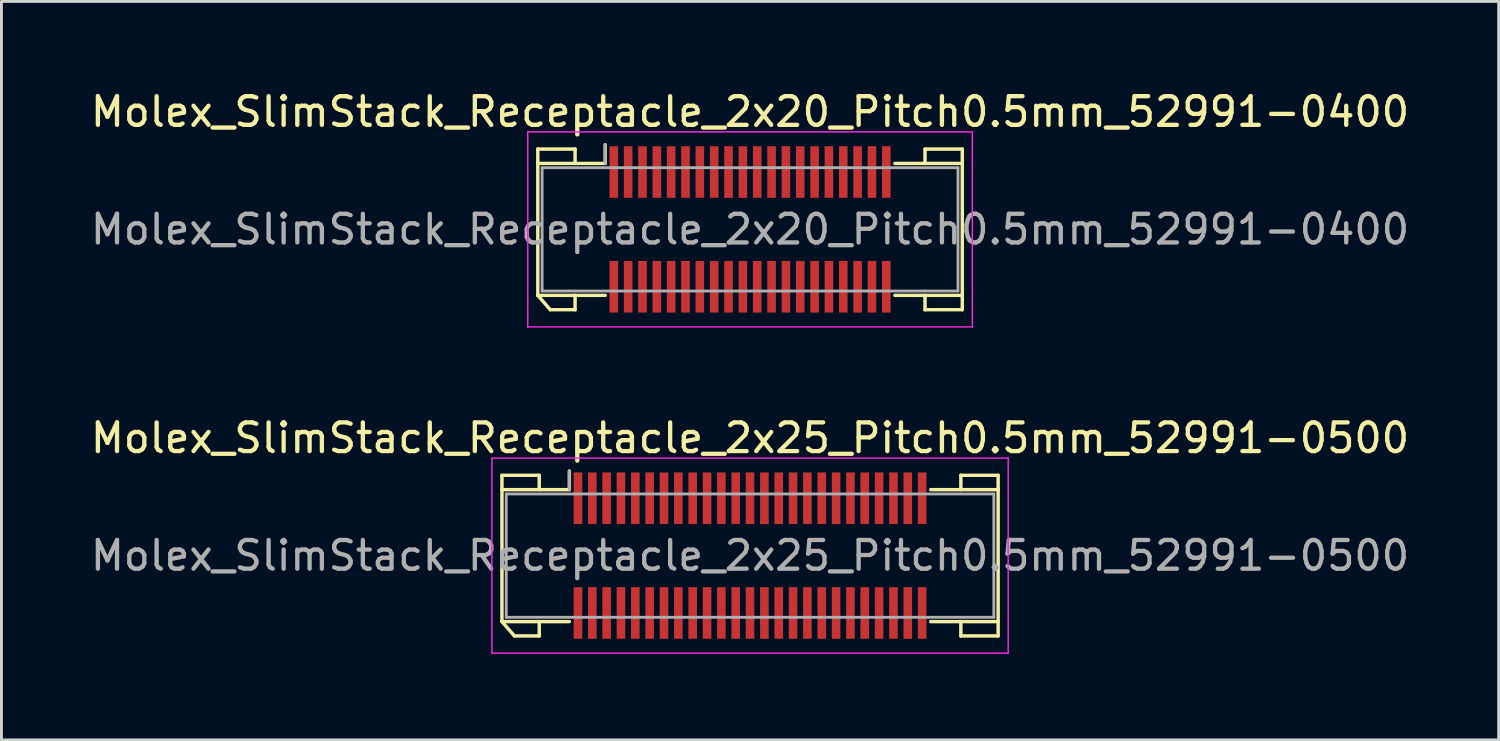
<source format=kicad_pcb>
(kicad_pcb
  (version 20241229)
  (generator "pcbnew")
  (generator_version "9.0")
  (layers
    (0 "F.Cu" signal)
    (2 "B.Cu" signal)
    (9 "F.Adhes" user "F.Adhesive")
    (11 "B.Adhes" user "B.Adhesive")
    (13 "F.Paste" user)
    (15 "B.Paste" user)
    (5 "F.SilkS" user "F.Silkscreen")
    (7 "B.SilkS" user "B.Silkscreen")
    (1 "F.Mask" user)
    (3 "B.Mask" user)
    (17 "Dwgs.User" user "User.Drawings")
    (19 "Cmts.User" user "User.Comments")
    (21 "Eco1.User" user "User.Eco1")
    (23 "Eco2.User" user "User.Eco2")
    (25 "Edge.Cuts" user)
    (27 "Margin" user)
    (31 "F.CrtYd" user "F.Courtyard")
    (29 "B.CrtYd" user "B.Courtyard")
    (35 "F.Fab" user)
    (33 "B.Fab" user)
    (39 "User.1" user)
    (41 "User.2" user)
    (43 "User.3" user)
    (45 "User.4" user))
  (footprint "Molex_SlimStack_Receptacle_2x20_Pitch0.5mm_52991-0400"
    (layer "F.Cu")
    (at 23.101 4.948)
    (property "Reference" "Molex_SlimStack_Receptacle_2x20_Pitch0.5mm_52991-0400" (at 0 -4.1 0) (layer "F.SilkS") (effects (font (size 1 1) (thickness 0.15))))
    (attr smd)
    (fp_line (start -7.4 -2.8) (end -6.1 -2.8) (stroke (width 0.12) (type solid)) (layer "F.SilkS"))
    (fp_line (start -7.4 -2.3) (end -7.4 -2.8) (stroke (width 0.12) (type solid)) (layer "F.SilkS"))
    (fp_line (start -7.4 -2.3) (end -5.05 -2.3) (stroke (width 0.12) (type solid)) (layer "F.SilkS"))
    (fp_line (start -7.4 2.3) (end -7.4 -2.3) (stroke (width 0.12) (type solid)) (layer "F.SilkS"))
    (fp_line (start -7.4 2.3) (end -6.967 2.8) (stroke (width 0.12) (type solid)) (layer "F.SilkS"))
    (fp_line (start -6.967 2.8) (end -6.1 2.8) (stroke (width 0.12) (type solid)) (layer "F.SilkS"))
    (fp_line (start -6.1 -2.8) (end -6.1 -2.3) (stroke (width 0.12) (type solid)) (layer "F.SilkS"))
    (fp_line (start -6.1 2.8) (end -6.1 2.3) (stroke (width 0.12) (type solid)) (layer "F.SilkS"))
    (fp_line (start -5.05 -2.3) (end -5.05 -2.95) (stroke (width 0.12) (type solid)) (layer "F.SilkS"))
    (fp_line (start -5.05 2.3) (end -7.4 2.3) (stroke (width 0.12) (type solid)) (layer "F.SilkS"))
    (fp_line (start 5.05 2.3) (end 7.4 2.3) (stroke (width 0.12) (type solid)) (layer "F.SilkS"))
    (fp_line (start 6.1 -2.8) (end 6.1 -2.3) (stroke (width 0.12) (type solid)) (layer "F.SilkS"))
    (fp_line (start 6.1 2.8) (end 6.1 2.3) (stroke (width 0.12) (type solid)) (layer "F.SilkS"))
    (fp_line (start 7.4 -2.8) (end 6.1 -2.8) (stroke (width 0.12) (type solid)) (layer "F.SilkS"))
    (fp_line (start 7.4 -2.3) (end 5.05 -2.3) (stroke (width 0.12) (type solid)) (layer "F.SilkS"))
    (fp_line (start 7.4 -2.3) (end 7.4 -2.8) (stroke (width 0.12) (type solid)) (layer "F.SilkS"))
    (fp_line (start 7.4 2.3) (end 7.4 -2.3) (stroke (width 0.12) (type solid)) (layer "F.SilkS"))
    (fp_line (start 7.4 2.3) (end 7.4 2.8) (stroke (width 0.12) (type solid)) (layer "F.SilkS"))
    (fp_line (start 7.4 2.8) (end 6.1 2.8) (stroke (width 0.12) (type solid)) (layer "F.SilkS"))
    (fp_line (start -7.75 -3.4) (end -7.75 3.4) (stroke (width 0.05) (type solid)) (layer "F.CrtYd"))
    (fp_line (start -7.75 3.4) (end 7.75 3.4) (stroke (width 0.05) (type solid)) (layer "F.CrtYd"))
    (fp_line (start 7.75 -3.4) (end -7.75 -3.4) (stroke (width 0.05) (type solid)) (layer "F.CrtYd"))
    (fp_line (start 7.75 3.4) (end 7.75 -3.4) (stroke (width 0.05) (type solid)) (layer "F.CrtYd"))
    (fp_line (start -7.25 -2.15) (end -7.25 2.15) (stroke (width 0.1) (type solid)) (layer "F.Fab"))
    (fp_line (start -7.25 2.15) (end 7.25 2.15) (stroke (width 0.1) (type solid)) (layer "F.Fab"))
    (fp_line (start -5.05 -2.3) (end -5.05 -2.95) (stroke (width 0.1) (type solid)) (layer "F.Fab"))
    (fp_line (start 7.25 -2.15) (end -7.25 -2.15) (stroke (width 0.1) (type solid)) (layer "F.Fab"))
    (fp_line (start 7.25 2.15) (end 7.25 -2.15) (stroke (width 0.1) (type solid)) (layer "F.Fab"))
    (fp_text user "${REFERENCE}" (at 0 0 0) (layer "F.Fab") (effects (font (size 1 1) (thickness 0.15))))
    (pad "1" smd rect (at -4.75 -2) (size 0.3 1.8) (layers "F.Cu" "F.Mask" "F.Paste"))
    (pad "2" smd rect (at -4.75 2) (size 0.3 1.8) (layers "F.Cu" "F.Mask" "F.Paste"))
    (pad "3" smd rect (at -4.25 -2) (size 0.3 1.8) (layers "F.Cu" "F.Mask" "F.Paste"))
    (pad "4" smd rect (at -4.25 2) (size 0.3 1.8) (layers "F.Cu" "F.Mask" "F.Paste"))
    (pad "5" smd rect (at -3.75 -2) (size 0.3 1.8) (layers "F.Cu" "F.Mask" "F.Paste"))
    (pad "6" smd rect (at -3.75 2) (size 0.3 1.8) (layers "F.Cu" "F.Mask" "F.Paste"))
    (pad "7" smd rect (at -3.25 -2) (size 0.3 1.8) (layers "F.Cu" "F.Mask" "F.Paste"))
    (pad "8" smd rect (at -3.25 2) (size 0.3 1.8) (layers "F.Cu" "F.Mask" "F.Paste"))
    (pad "9" smd rect (at -2.75 -2) (size 0.3 1.8) (layers "F.Cu" "F.Mask" "F.Paste"))
    (pad "10" smd rect (at -2.75 2) (size 0.3 1.8) (layers "F.Cu" "F.Mask" "F.Paste"))
    (pad "11" smd rect (at -2.25 -2) (size 0.3 1.8) (layers "F.Cu" "F.Mask" "F.Paste"))
    (pad "12" smd rect (at -2.25 2) (size 0.3 1.8) (layers "F.Cu" "F.Mask" "F.Paste"))
    (pad "13" smd rect (at -1.75 -2) (size 0.3 1.8) (layers "F.Cu" "F.Mask" "F.Paste"))
    (pad "14" smd rect (at -1.75 2) (size 0.3 1.8) (layers "F.Cu" "F.Mask" "F.Paste"))
    (pad "15" smd rect (at -1.25 -2) (size 0.3 1.8) (layers "F.Cu" "F.Mask" "F.Paste"))
    (pad "16" smd rect (at -1.25 2) (size 0.3 1.8) (layers "F.Cu" "F.Mask" "F.Paste"))
    (pad "17" smd rect (at -0.75 -2) (size 0.3 1.8) (layers "F.Cu" "F.Mask" "F.Paste"))
    (pad "18" smd rect (at -0.75 2) (size 0.3 1.8) (layers "F.Cu" "F.Mask" "F.Paste"))
    (pad "19" smd rect (at -0.25 -2) (size 0.3 1.8) (layers "F.Cu" "F.Mask" "F.Paste"))
    (pad "20" smd rect (at -0.25 2) (size 0.3 1.8) (layers "F.Cu" "F.Mask" "F.Paste"))
    (pad "21" smd rect (at 0.25 -2) (size 0.3 1.8) (layers "F.Cu" "F.Mask" "F.Paste"))
    (pad "22" smd rect (at 0.25 2) (size 0.3 1.8) (layers "F.Cu" "F.Mask" "F.Paste"))
    (pad "23" smd rect (at 0.75 -2) (size 0.3 1.8) (layers "F.Cu" "F.Mask" "F.Paste"))
    (pad "24" smd rect (at 0.75 2) (size 0.3 1.8) (layers "F.Cu" "F.Mask" "F.Paste"))
    (pad "25" smd rect (at 1.25 -2) (size 0.3 1.8) (layers "F.Cu" "F.Mask" "F.Paste"))
    (pad "26" smd rect (at 1.25 2) (size 0.3 1.8) (layers "F.Cu" "F.Mask" "F.Paste"))
    (pad "27" smd rect (at 1.75 -2) (size 0.3 1.8) (layers "F.Cu" "F.Mask" "F.Paste"))
    (pad "28" smd rect (at 1.75 2) (size 0.3 1.8) (layers "F.Cu" "F.Mask" "F.Paste"))
    (pad "29" smd rect (at 2.25 -2) (size 0.3 1.8) (layers "F.Cu" "F.Mask" "F.Paste"))
    (pad "30" smd rect (at 2.25 2) (size 0.3 1.8) (layers "F.Cu" "F.Mask" "F.Paste"))
    (pad "31" smd rect (at 2.75 -2) (size 0.3 1.8) (layers "F.Cu" "F.Mask" "F.Paste"))
    (pad "32" smd rect (at 2.75 2) (size 0.3 1.8) (layers "F.Cu" "F.Mask" "F.Paste"))
    (pad "33" smd rect (at 3.25 -2) (size 0.3 1.8) (layers "F.Cu" "F.Mask" "F.Paste"))
    (pad "34" smd rect (at 3.25 2) (size 0.3 1.8) (layers "F.Cu" "F.Mask" "F.Paste"))
    (pad "35" smd rect (at 3.75 -2) (size 0.3 1.8) (layers "F.Cu" "F.Mask" "F.Paste"))
    (pad "36" smd rect (at 3.75 2) (size 0.3 1.8) (layers "F.Cu" "F.Mask" "F.Paste"))
    (pad "37" smd rect (at 4.25 -2) (size 0.3 1.8) (layers "F.Cu" "F.Mask" "F.Paste"))
    (pad "38" smd rect (at 4.25 2) (size 0.3 1.8) (layers "F.Cu" "F.Mask" "F.Paste"))
    (pad "39" smd rect (at 4.75 -2) (size 0.3 1.8) (layers "F.Cu" "F.Mask" "F.Paste"))
    (pad "40" smd rect (at 4.75 2) (size 0.3 1.8) (layers "F.Cu" "F.Mask" "F.Paste")))
  (footprint "Molex_SlimStack_Receptacle_2x25_Pitch0.5mm_52991-0500"
    (layer "F.Cu")
    (at 23.101 16.322)
    (property "Reference" "Molex_SlimStack_Receptacle_2x25_Pitch0.5mm_52991-0500" (at 0 -4.1 0) (layer "F.SilkS") (effects (font (size 1 1) (thickness 0.15))))
    (attr smd)
    (fp_line (start -8.65 -2.8) (end -7.35 -2.8) (stroke (width 0.12) (type solid)) (layer "F.SilkS"))
    (fp_line (start -8.65 -2.3) (end -8.65 -2.8) (stroke (width 0.12) (type solid)) (layer "F.SilkS"))
    (fp_line (start -8.65 -2.3) (end -6.3 -2.3) (stroke (width 0.12) (type solid)) (layer "F.SilkS"))
    (fp_line (start -8.65 2.3) (end -8.65 -2.3) (stroke (width 0.12) (type solid)) (layer "F.SilkS"))
    (fp_line (start -8.65 2.3) (end -8.217 2.8) (stroke (width 0.12) (type solid)) (layer "F.SilkS"))
    (fp_line (start -8.217 2.8) (end -7.35 2.8) (stroke (width 0.12) (type solid)) (layer "F.SilkS"))
    (fp_line (start -7.35 -2.8) (end -7.35 -2.3) (stroke (width 0.12) (type solid)) (layer "F.SilkS"))
    (fp_line (start -7.35 2.8) (end -7.35 2.3) (stroke (width 0.12) (type solid)) (layer "F.SilkS"))
    (fp_line (start -6.3 -2.3) (end -6.3 -2.95) (stroke (width 0.12) (type solid)) (layer "F.SilkS"))
    (fp_line (start -6.3 2.3) (end -8.65 2.3) (stroke (width 0.12) (type solid)) (layer "F.SilkS"))
    (fp_line (start 6.3 2.3) (end 8.65 2.3) (stroke (width 0.12) (type solid)) (layer "F.SilkS"))
    (fp_line (start 7.35 -2.8) (end 7.35 -2.3) (stroke (width 0.12) (type solid)) (layer "F.SilkS"))
    (fp_line (start 7.35 2.8) (end 7.35 2.3) (stroke (width 0.12) (type solid)) (layer "F.SilkS"))
    (fp_line (start 8.65 -2.8) (end 7.35 -2.8) (stroke (width 0.12) (type solid)) (layer "F.SilkS"))
    (fp_line (start 8.65 -2.3) (end 6.3 -2.3) (stroke (width 0.12) (type solid)) (layer "F.SilkS"))
    (fp_line (start 8.65 -2.3) (end 8.65 -2.8) (stroke (width 0.12) (type solid)) (layer "F.SilkS"))
    (fp_line (start 8.65 2.3) (end 8.65 -2.3) (stroke (width 0.12) (type solid)) (layer "F.SilkS"))
    (fp_line (start 8.65 2.3) (end 8.65 2.8) (stroke (width 0.12) (type solid)) (layer "F.SilkS"))
    (fp_line (start 8.65 2.8) (end 7.35 2.8) (stroke (width 0.12) (type solid)) (layer "F.SilkS"))
    (fp_line (start -9 -3.4) (end -9 3.4) (stroke (width 0.05) (type solid)) (layer "F.CrtYd"))
    (fp_line (start -9 3.4) (end 9 3.4) (stroke (width 0.05) (type solid)) (layer "F.CrtYd"))
    (fp_line (start 9 -3.4) (end -9 -3.4) (stroke (width 0.05) (type solid)) (layer "F.CrtYd"))
    (fp_line (start 9 3.4) (end 9 -3.4) (stroke (width 0.05) (type solid)) (layer "F.CrtYd"))
    (fp_line (start -8.5 -2.15) (end -8.5 2.15) (stroke (width 0.1) (type solid)) (layer "F.Fab"))
    (fp_line (start -8.5 2.15) (end 8.5 2.15) (stroke (width 0.1) (type solid)) (layer "F.Fab"))
    (fp_line (start -6.3 -2.3) (end -6.3 -2.95) (stroke (width 0.1) (type solid)) (layer "F.Fab"))
    (fp_line (start 8.5 -2.15) (end -8.5 -2.15) (stroke (width 0.1) (type solid)) (layer "F.Fab"))
    (fp_line (start 8.5 2.15) (end 8.5 -2.15) (stroke (width 0.1) (type solid)) (layer "F.Fab"))
    (fp_text user "${REFERENCE}" (at 0 0 0) (layer "F.Fab") (effects (font (size 1 1) (thickness 0.15))))
    (pad "1" smd rect (at -6 -2) (size 0.3 1.8) (layers "F.Cu" "F.Mask" "F.Paste"))
    (pad "2" smd rect (at -6 2) (size 0.3 1.8) (layers "F.Cu" "F.Mask" "F.Paste"))
    (pad "3" smd rect (at -5.5 -2) (size 0.3 1.8) (layers "F.Cu" "F.Mask" "F.Paste"))
    (pad "4" smd rect (at -5.5 2) (size 0.3 1.8) (layers "F.Cu" "F.Mask" "F.Paste"))
    (pad "5" smd rect (at -5 -2) (size 0.3 1.8) (layers "F.Cu" "F.Mask" "F.Paste"))
    (pad "6" smd rect (at -5 2) (size 0.3 1.8) (layers "F.Cu" "F.Mask" "F.Paste"))
    (pad "7" smd rect (at -4.5 -2) (size 0.3 1.8) (layers "F.Cu" "F.Mask" "F.Paste"))
    (pad "8" smd rect (at -4.5 2) (size 0.3 1.8) (layers "F.Cu" "F.Mask" "F.Paste"))
    (pad "9" smd rect (at -4 -2) (size 0.3 1.8) (layers "F.Cu" "F.Mask" "F.Paste"))
    (pad "10" smd rect (at -4 2) (size 0.3 1.8) (layers "F.Cu" "F.Mask" "F.Paste"))
    (pad "11" smd rect (at -3.5 -2) (size 0.3 1.8) (layers "F.Cu" "F.Mask" "F.Paste"))
    (pad "12" smd rect (at -3.5 2) (size 0.3 1.8) (layers "F.Cu" "F.Mask" "F.Paste"))
    (pad "13" smd rect (at -3 -2) (size 0.3 1.8) (layers "F.Cu" "F.Mask" "F.Paste"))
    (pad "14" smd rect (at -3 2) (size 0.3 1.8) (layers "F.Cu" "F.Mask" "F.Paste"))
    (pad "15" smd rect (at -2.5 -2) (size 0.3 1.8) (layers "F.Cu" "F.Mask" "F.Paste"))
    (pad "16" smd rect (at -2.5 2) (size 0.3 1.8) (layers "F.Cu" "F.Mask" "F.Paste"))
    (pad "17" smd rect (at -2 -2) (size 0.3 1.8) (layers "F.Cu" "F.Mask" "F.Paste"))
    (pad "18" smd rect (at -2 2) (size 0.3 1.8) (layers "F.Cu" "F.Mask" "F.Paste"))
    (pad "19" smd rect (at -1.5 -2) (size 0.3 1.8) (layers "F.Cu" "F.Mask" "F.Paste"))
    (pad "20" smd rect (at -1.5 2) (size 0.3 1.8) (layers "F.Cu" "F.Mask" "F.Paste"))
    (pad "21" smd rect (at -1 -2) (size 0.3 1.8) (layers "F.Cu" "F.Mask" "F.Paste"))
    (pad "22" smd rect (at -1 2) (size 0.3 1.8) (layers "F.Cu" "F.Mask" "F.Paste"))
    (pad "23" smd rect (at -0.5 -2) (size 0.3 1.8) (layers "F.Cu" "F.Mask" "F.Paste"))
    (pad "24" smd rect (at -0.5 2) (size 0.3 1.8) (layers "F.Cu" "F.Mask" "F.Paste"))
    (pad "25" smd rect (at 0 -2) (size 0.3 1.8) (layers "F.Cu" "F.Mask" "F.Paste"))
    (pad "26" smd rect (at 0 2) (size 0.3 1.8) (layers "F.Cu" "F.Mask" "F.Paste"))
    (pad "27" smd rect (at 0.5 -2) (size 0.3 1.8) (layers "F.Cu" "F.Mask" "F.Paste"))
    (pad "28" smd rect (at 0.5 2) (size 0.3 1.8) (layers "F.Cu" "F.Mask" "F.Paste"))
    (pad "29" smd rect (at 1 -2) (size 0.3 1.8) (layers "F.Cu" "F.Mask" "F.Paste"))
    (pad "30" smd rect (at 1 2) (size 0.3 1.8) (layers "F.Cu" "F.Mask" "F.Paste"))
    (pad "31" smd rect (at 1.5 -2) (size 0.3 1.8) (layers "F.Cu" "F.Mask" "F.Paste"))
    (pad "32" smd rect (at 1.5 2) (size 0.3 1.8) (layers "F.Cu" "F.Mask" "F.Paste"))
    (pad "33" smd rect (at 2 -2) (size 0.3 1.8) (layers "F.Cu" "F.Mask" "F.Paste"))
    (pad "34" smd rect (at 2 2) (size 0.3 1.8) (layers "F.Cu" "F.Mask" "F.Paste"))
    (pad "35" smd rect (at 2.5 -2) (size 0.3 1.8) (layers "F.Cu" "F.Mask" "F.Paste"))
    (pad "36" smd rect (at 2.5 2) (size 0.3 1.8) (layers "F.Cu" "F.Mask" "F.Paste"))
    (pad "37" smd rect (at 3 -2) (size 0.3 1.8) (layers "F.Cu" "F.Mask" "F.Paste"))
    (pad "38" smd rect (at 3 2) (size 0.3 1.8) (layers "F.Cu" "F.Mask" "F.Paste"))
    (pad "39" smd rect (at 3.5 -2) (size 0.3 1.8) (layers "F.Cu" "F.Mask" "F.Paste"))
    (pad "40" smd rect (at 3.5 2) (size 0.3 1.8) (layers "F.Cu" "F.Mask" "F.Paste"))
    (pad "41" smd rect (at 4 -2) (size 0.3 1.8) (layers "F.Cu" "F.Mask" "F.Paste"))
    (pad "42" smd rect (at 4 2) (size 0.3 1.8) (layers "F.Cu" "F.Mask" "F.Paste"))
    (pad "43" smd rect (at 4.5 -2) (size 0.3 1.8) (layers "F.Cu" "F.Mask" "F.Paste"))
    (pad "44" smd rect (at 4.5 2) (size 0.3 1.8) (layers "F.Cu" "F.Mask" "F.Paste"))
    (pad "45" smd rect (at 5 -2) (size 0.3 1.8) (layers "F.Cu" "F.Mask" "F.Paste"))
    (pad "46" smd rect (at 5 2) (size 0.3 1.8) (layers "F.Cu" "F.Mask" "F.Paste"))
    (pad "47" smd rect (at 5.5 -2) (size 0.3 1.8) (layers "F.Cu" "F.Mask" "F.Paste"))
    (pad "48" smd rect (at 5.5 2) (size 0.3 1.8) (layers "F.Cu" "F.Mask" "F.Paste"))
    (pad "49" smd rect (at 6 -2) (size 0.3 1.8) (layers "F.Cu" "F.Mask" "F.Paste"))
    (pad "50" smd rect (at 6 2) (size 0.3 1.8) (layers "F.Cu" "F.Mask" "F.Paste")))
  (gr_rect
    (start -3 -3)
    (end 49.202 22.747)
    (stroke (width 0.1) (type default))
    (fill no)
    (layer "Edge.Cuts")))
</source>
